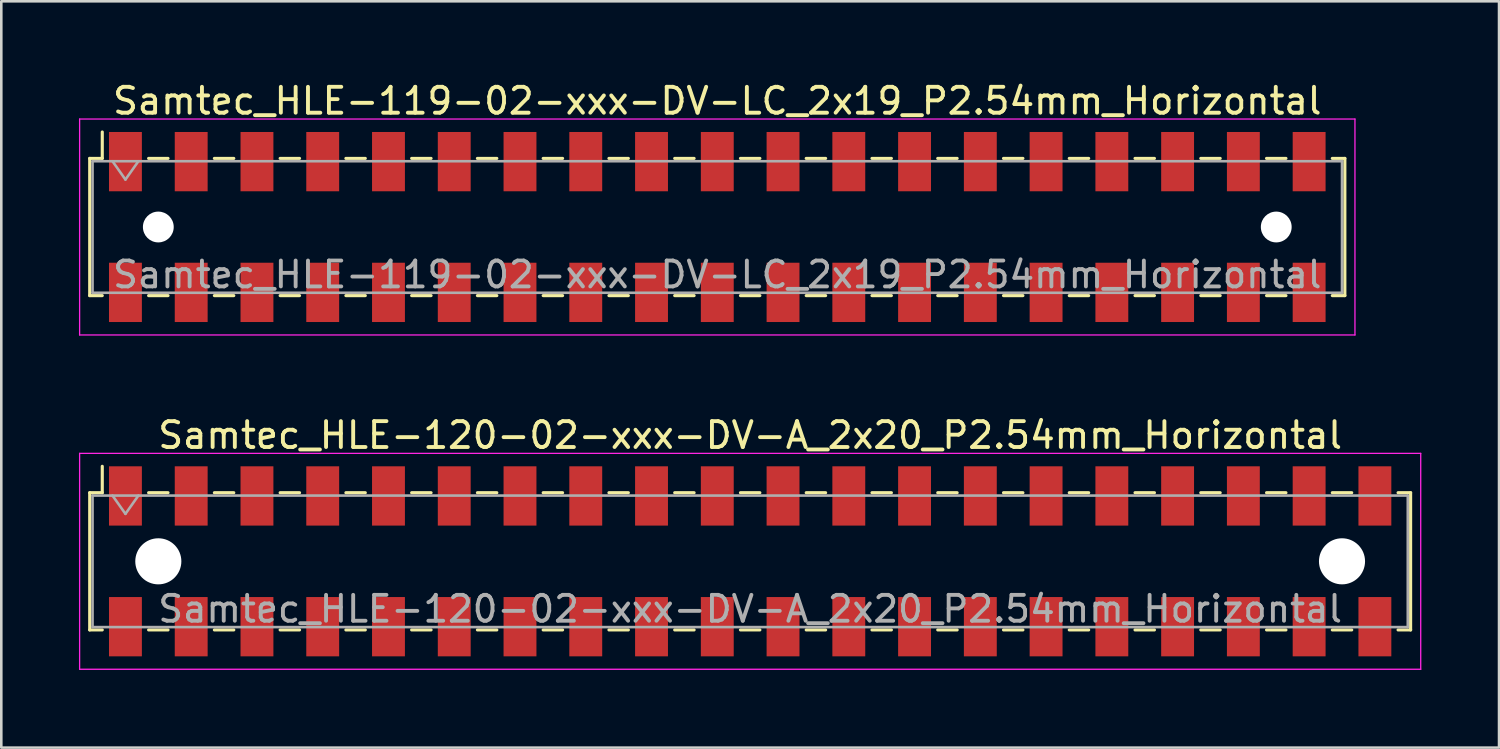
<source format=kicad_pcb>
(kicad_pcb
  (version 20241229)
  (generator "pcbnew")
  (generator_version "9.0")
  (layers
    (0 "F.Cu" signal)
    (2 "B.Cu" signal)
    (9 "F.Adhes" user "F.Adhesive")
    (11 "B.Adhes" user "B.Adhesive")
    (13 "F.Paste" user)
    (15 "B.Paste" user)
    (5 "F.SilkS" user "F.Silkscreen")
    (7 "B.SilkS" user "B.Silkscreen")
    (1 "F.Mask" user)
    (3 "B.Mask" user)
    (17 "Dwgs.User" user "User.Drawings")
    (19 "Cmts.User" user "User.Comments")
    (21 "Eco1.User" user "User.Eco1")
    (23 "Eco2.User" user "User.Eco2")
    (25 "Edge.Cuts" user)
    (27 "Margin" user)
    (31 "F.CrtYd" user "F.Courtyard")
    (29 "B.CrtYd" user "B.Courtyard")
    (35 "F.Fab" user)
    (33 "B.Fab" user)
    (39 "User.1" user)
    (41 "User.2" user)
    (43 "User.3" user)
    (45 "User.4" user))
  (footprint "Samtec_HLE-120-02-xxx-DV-A_2x20_P2.54mm_Horizontal"
    (layer "F.Cu")
    (at 25.925 18.631)
    (property "Reference" "Samtec_HLE-120-02-xxx-DV-A_2x20_P2.54mm_Horizontal" (at 0 -4.87 0) (layer "F.SilkS") (effects (font (size 1 1) (thickness 0.15))))
    (attr smd)
    (fp_line (start -25.51 -2.65) (end -25.51 2.65) (stroke (width 0.12) (type solid)) (layer "F.SilkS"))
    (fp_line (start -25.51 2.65) (end -25.025 2.65) (stroke (width 0.12) (type solid)) (layer "F.SilkS"))
    (fp_line (start -25.025 -3.67) (end -25.025 -2.65) (stroke (width 0.12) (type solid)) (layer "F.SilkS"))
    (fp_line (start -25.025 -2.65) (end -25.51 -2.65) (stroke (width 0.12) (type solid)) (layer "F.SilkS"))
    (fp_line (start -23.235 -2.65) (end -22.485 -2.65) (stroke (width 0.12) (type solid)) (layer "F.SilkS"))
    (fp_line (start -23.235 2.65) (end -22.485 2.65) (stroke (width 0.12) (type solid)) (layer "F.SilkS"))
    (fp_line (start -20.695 -2.65) (end -19.945 -2.65) (stroke (width 0.12) (type solid)) (layer "F.SilkS"))
    (fp_line (start -20.695 2.65) (end -19.945 2.65) (stroke (width 0.12) (type solid)) (layer "F.SilkS"))
    (fp_line (start -18.155 -2.65) (end -17.405 -2.65) (stroke (width 0.12) (type solid)) (layer "F.SilkS"))
    (fp_line (start -18.155 2.65) (end -17.405 2.65) (stroke (width 0.12) (type solid)) (layer "F.SilkS"))
    (fp_line (start -15.615 -2.65) (end -14.865 -2.65) (stroke (width 0.12) (type solid)) (layer "F.SilkS"))
    (fp_line (start -15.615 2.65) (end -14.865 2.65) (stroke (width 0.12) (type solid)) (layer "F.SilkS"))
    (fp_line (start -13.075 -2.65) (end -12.325 -2.65) (stroke (width 0.12) (type solid)) (layer "F.SilkS"))
    (fp_line (start -13.075 2.65) (end -12.325 2.65) (stroke (width 0.12) (type solid)) (layer "F.SilkS"))
    (fp_line (start -10.535 -2.65) (end -9.785 -2.65) (stroke (width 0.12) (type solid)) (layer "F.SilkS"))
    (fp_line (start -10.535 2.65) (end -9.785 2.65) (stroke (width 0.12) (type solid)) (layer "F.SilkS"))
    (fp_line (start -7.995 -2.65) (end -7.245 -2.65) (stroke (width 0.12) (type solid)) (layer "F.SilkS"))
    (fp_line (start -7.995 2.65) (end -7.245 2.65) (stroke (width 0.12) (type solid)) (layer "F.SilkS"))
    (fp_line (start -5.455 -2.65) (end -4.705 -2.65) (stroke (width 0.12) (type solid)) (layer "F.SilkS"))
    (fp_line (start -5.455 2.65) (end -4.705 2.65) (stroke (width 0.12) (type solid)) (layer "F.SilkS"))
    (fp_line (start -2.915 -2.65) (end -2.165 -2.65) (stroke (width 0.12) (type solid)) (layer "F.SilkS"))
    (fp_line (start -2.915 2.65) (end -2.165 2.65) (stroke (width 0.12) (type solid)) (layer "F.SilkS"))
    (fp_line (start -0.375 -2.65) (end 0.375 -2.65) (stroke (width 0.12) (type solid)) (layer "F.SilkS"))
    (fp_line (start -0.375 2.65) (end 0.375 2.65) (stroke (width 0.12) (type solid)) (layer "F.SilkS"))
    (fp_line (start 2.165 -2.65) (end 2.915 -2.65) (stroke (width 0.12) (type solid)) (layer "F.SilkS"))
    (fp_line (start 2.165 2.65) (end 2.915 2.65) (stroke (width 0.12) (type solid)) (layer "F.SilkS"))
    (fp_line (start 4.705 -2.65) (end 5.455 -2.65) (stroke (width 0.12) (type solid)) (layer "F.SilkS"))
    (fp_line (start 4.705 2.65) (end 5.455 2.65) (stroke (width 0.12) (type solid)) (layer "F.SilkS"))
    (fp_line (start 7.245 -2.65) (end 7.995 -2.65) (stroke (width 0.12) (type solid)) (layer "F.SilkS"))
    (fp_line (start 7.245 2.65) (end 7.995 2.65) (stroke (width 0.12) (type solid)) (layer "F.SilkS"))
    (fp_line (start 9.785 -2.65) (end 10.535 -2.65) (stroke (width 0.12) (type solid)) (layer "F.SilkS"))
    (fp_line (start 9.785 2.65) (end 10.535 2.65) (stroke (width 0.12) (type solid)) (layer "F.SilkS"))
    (fp_line (start 12.325 -2.65) (end 13.075 -2.65) (stroke (width 0.12) (type solid)) (layer "F.SilkS"))
    (fp_line (start 12.325 2.65) (end 13.075 2.65) (stroke (width 0.12) (type solid)) (layer "F.SilkS"))
    (fp_line (start 14.865 -2.65) (end 15.615 -2.65) (stroke (width 0.12) (type solid)) (layer "F.SilkS"))
    (fp_line (start 14.865 2.65) (end 15.615 2.65) (stroke (width 0.12) (type solid)) (layer "F.SilkS"))
    (fp_line (start 17.405 -2.65) (end 18.155 -2.65) (stroke (width 0.12) (type solid)) (layer "F.SilkS"))
    (fp_line (start 17.405 2.65) (end 18.155 2.65) (stroke (width 0.12) (type solid)) (layer "F.SilkS"))
    (fp_line (start 19.945 -2.65) (end 20.695 -2.65) (stroke (width 0.12) (type solid)) (layer "F.SilkS"))
    (fp_line (start 19.945 2.65) (end 20.695 2.65) (stroke (width 0.12) (type solid)) (layer "F.SilkS"))
    (fp_line (start 22.485 -2.65) (end 23.235 -2.65) (stroke (width 0.12) (type solid)) (layer "F.SilkS"))
    (fp_line (start 22.485 2.65) (end 23.235 2.65) (stroke (width 0.12) (type solid)) (layer "F.SilkS"))
    (fp_line (start 25.025 -2.65) (end 25.51 -2.65) (stroke (width 0.12) (type solid)) (layer "F.SilkS"))
    (fp_line (start 25.51 -2.65) (end 25.51 2.65) (stroke (width 0.12) (type solid)) (layer "F.SilkS"))
    (fp_line (start 25.51 2.65) (end 25.025 2.65) (stroke (width 0.12) (type solid)) (layer "F.SilkS"))
    (fp_line (start -25.9 -4.17) (end 25.9 -4.17) (stroke (width 0.05) (type solid)) (layer "F.CrtYd"))
    (fp_line (start -25.9 4.17) (end -25.9 -4.17) (stroke (width 0.05) (type solid)) (layer "F.CrtYd"))
    (fp_line (start 25.9 -4.17) (end 25.9 4.17) (stroke (width 0.05) (type solid)) (layer "F.CrtYd"))
    (fp_line (start 25.9 4.17) (end -25.9 4.17) (stroke (width 0.05) (type solid)) (layer "F.CrtYd"))
    (fp_line (start -25.4 -2.54) (end 25.4 -2.54) (stroke (width 0.1) (type solid)) (layer "F.Fab"))
    (fp_line (start -25.4 2.54) (end -25.4 -2.54) (stroke (width 0.1) (type solid)) (layer "F.Fab"))
    (fp_line (start -24.63 -2.54) (end -24.13 -1.833) (stroke (width 0.1) (type solid)) (layer "F.Fab"))
    (fp_line (start -24.13 -1.833) (end -23.63 -2.54) (stroke (width 0.1) (type solid)) (layer "F.Fab"))
    (fp_line (start 25.4 -2.54) (end 25.4 2.54) (stroke (width 0.1) (type solid)) (layer "F.Fab"))
    (fp_line (start 25.4 2.54) (end -25.4 2.54) (stroke (width 0.1) (type solid)) (layer "F.Fab"))
    (fp_text user "${REFERENCE}" (at 0 1.84 0) (layer "F.Fab") (effects (font (size 1 1) (thickness 0.15))))
    (pad "" np_thru_hole circle (at -22.86 0) (size 1.78 1.78) (drill 1.78) (layers "*.Cu" "*.Mask"))
    (pad "" np_thru_hole circle (at 22.86 0) (size 1.78 1.78) (drill 1.78) (layers "*.Cu" "*.Mask"))
    (pad "1" smd rect (at -24.13 -2.525) (size 1.27 2.29) (layers "F.Cu" "F.Mask" "F.Paste"))
    (pad "2" smd rect (at -24.13 2.525) (size 1.27 2.29) (layers "F.Cu" "F.Mask" "F.Paste"))
    (pad "3" smd rect (at -21.59 -2.525) (size 1.27 2.29) (layers "F.Cu" "F.Mask" "F.Paste"))
    (pad "4" smd rect (at -21.59 2.525) (size 1.27 2.29) (layers "F.Cu" "F.Mask" "F.Paste"))
    (pad "5" smd rect (at -19.05 -2.525) (size 1.27 2.29) (layers "F.Cu" "F.Mask" "F.Paste"))
    (pad "6" smd rect (at -19.05 2.525) (size 1.27 2.29) (layers "F.Cu" "F.Mask" "F.Paste"))
    (pad "7" smd rect (at -16.51 -2.525) (size 1.27 2.29) (layers "F.Cu" "F.Mask" "F.Paste"))
    (pad "8" smd rect (at -16.51 2.525) (size 1.27 2.29) (layers "F.Cu" "F.Mask" "F.Paste"))
    (pad "9" smd rect (at -13.97 -2.525) (size 1.27 2.29) (layers "F.Cu" "F.Mask" "F.Paste"))
    (pad "10" smd rect (at -13.97 2.525) (size 1.27 2.29) (layers "F.Cu" "F.Mask" "F.Paste"))
    (pad "11" smd rect (at -11.43 -2.525) (size 1.27 2.29) (layers "F.Cu" "F.Mask" "F.Paste"))
    (pad "12" smd rect (at -11.43 2.525) (size 1.27 2.29) (layers "F.Cu" "F.Mask" "F.Paste"))
    (pad "13" smd rect (at -8.89 -2.525) (size 1.27 2.29) (layers "F.Cu" "F.Mask" "F.Paste"))
    (pad "14" smd rect (at -8.89 2.525) (size 1.27 2.29) (layers "F.Cu" "F.Mask" "F.Paste"))
    (pad "15" smd rect (at -6.35 -2.525) (size 1.27 2.29) (layers "F.Cu" "F.Mask" "F.Paste"))
    (pad "16" smd rect (at -6.35 2.525) (size 1.27 2.29) (layers "F.Cu" "F.Mask" "F.Paste"))
    (pad "17" smd rect (at -3.81 -2.525) (size 1.27 2.29) (layers "F.Cu" "F.Mask" "F.Paste"))
    (pad "18" smd rect (at -3.81 2.525) (size 1.27 2.29) (layers "F.Cu" "F.Mask" "F.Paste"))
    (pad "19" smd rect (at -1.27 -2.525) (size 1.27 2.29) (layers "F.Cu" "F.Mask" "F.Paste"))
    (pad "20" smd rect (at -1.27 2.525) (size 1.27 2.29) (layers "F.Cu" "F.Mask" "F.Paste"))
    (pad "21" smd rect (at 1.27 -2.525) (size 1.27 2.29) (layers "F.Cu" "F.Mask" "F.Paste"))
    (pad "22" smd rect (at 1.27 2.525) (size 1.27 2.29) (layers "F.Cu" "F.Mask" "F.Paste"))
    (pad "23" smd rect (at 3.81 -2.525) (size 1.27 2.29) (layers "F.Cu" "F.Mask" "F.Paste"))
    (pad "24" smd rect (at 3.81 2.525) (size 1.27 2.29) (layers "F.Cu" "F.Mask" "F.Paste"))
    (pad "25" smd rect (at 6.35 -2.525) (size 1.27 2.29) (layers "F.Cu" "F.Mask" "F.Paste"))
    (pad "26" smd rect (at 6.35 2.525) (size 1.27 2.29) (layers "F.Cu" "F.Mask" "F.Paste"))
    (pad "27" smd rect (at 8.89 -2.525) (size 1.27 2.29) (layers "F.Cu" "F.Mask" "F.Paste"))
    (pad "28" smd rect (at 8.89 2.525) (size 1.27 2.29) (layers "F.Cu" "F.Mask" "F.Paste"))
    (pad "29" smd rect (at 11.43 -2.525) (size 1.27 2.29) (layers "F.Cu" "F.Mask" "F.Paste"))
    (pad "30" smd rect (at 11.43 2.525) (size 1.27 2.29) (layers "F.Cu" "F.Mask" "F.Paste"))
    (pad "31" smd rect (at 13.97 -2.525) (size 1.27 2.29) (layers "F.Cu" "F.Mask" "F.Paste"))
    (pad "32" smd rect (at 13.97 2.525) (size 1.27 2.29) (layers "F.Cu" "F.Mask" "F.Paste"))
    (pad "33" smd rect (at 16.51 -2.525) (size 1.27 2.29) (layers "F.Cu" "F.Mask" "F.Paste"))
    (pad "34" smd rect (at 16.51 2.525) (size 1.27 2.29) (layers "F.Cu" "F.Mask" "F.Paste"))
    (pad "35" smd rect (at 19.05 -2.525) (size 1.27 2.29) (layers "F.Cu" "F.Mask" "F.Paste"))
    (pad "36" smd rect (at 19.05 2.525) (size 1.27 2.29) (layers "F.Cu" "F.Mask" "F.Paste"))
    (pad "37" smd rect (at 21.59 -2.525) (size 1.27 2.29) (layers "F.Cu" "F.Mask" "F.Paste"))
    (pad "38" smd rect (at 21.59 2.525) (size 1.27 2.29) (layers "F.Cu" "F.Mask" "F.Paste"))
    (pad "39" smd rect (at 24.13 -2.525) (size 1.27 2.29) (layers "F.Cu" "F.Mask" "F.Paste"))
    (pad "40" smd rect (at 24.13 2.525) (size 1.27 2.29) (layers "F.Cu" "F.Mask" "F.Paste")))
  (footprint "Samtec_HLE-119-02-xxx-DV-LC_2x19_P2.54mm_Horizontal"
    (layer "F.Cu")
    (at 24.655 5.718)
    (property "Reference" "Samtec_HLE-119-02-xxx-DV-LC_2x19_P2.54mm_Horizontal" (at 0 -4.87 0) (layer "F.SilkS") (effects (font (size 1 1) (thickness 0.15))))
    (attr smd)
    (fp_line (start -24.24 -2.65) (end -24.24 2.65) (stroke (width 0.12) (type solid)) (layer "F.SilkS"))
    (fp_line (start -24.24 2.65) (end -23.755 2.65) (stroke (width 0.12) (type solid)) (layer "F.SilkS"))
    (fp_line (start -23.755 -3.67) (end -23.755 -2.65) (stroke (width 0.12) (type solid)) (layer "F.SilkS"))
    (fp_line (start -23.755 -2.65) (end -24.24 -2.65) (stroke (width 0.12) (type solid)) (layer "F.SilkS"))
    (fp_line (start -21.965 -2.65) (end -21.215 -2.65) (stroke (width 0.12) (type solid)) (layer "F.SilkS"))
    (fp_line (start -21.965 2.65) (end -21.215 2.65) (stroke (width 0.12) (type solid)) (layer "F.SilkS"))
    (fp_line (start -19.425 -2.65) (end -18.675 -2.65) (stroke (width 0.12) (type solid)) (layer "F.SilkS"))
    (fp_line (start -19.425 2.65) (end -18.675 2.65) (stroke (width 0.12) (type solid)) (layer "F.SilkS"))
    (fp_line (start -16.885 -2.65) (end -16.135 -2.65) (stroke (width 0.12) (type solid)) (layer "F.SilkS"))
    (fp_line (start -16.885 2.65) (end -16.135 2.65) (stroke (width 0.12) (type solid)) (layer "F.SilkS"))
    (fp_line (start -14.345 -2.65) (end -13.595 -2.65) (stroke (width 0.12) (type solid)) (layer "F.SilkS"))
    (fp_line (start -14.345 2.65) (end -13.595 2.65) (stroke (width 0.12) (type solid)) (layer "F.SilkS"))
    (fp_line (start -11.805 -2.65) (end -11.055 -2.65) (stroke (width 0.12) (type solid)) (layer "F.SilkS"))
    (fp_line (start -11.805 2.65) (end -11.055 2.65) (stroke (width 0.12) (type solid)) (layer "F.SilkS"))
    (fp_line (start -9.265 -2.65) (end -8.515 -2.65) (stroke (width 0.12) (type solid)) (layer "F.SilkS"))
    (fp_line (start -9.265 2.65) (end -8.515 2.65) (stroke (width 0.12) (type solid)) (layer "F.SilkS"))
    (fp_line (start -6.725 -2.65) (end -5.975 -2.65) (stroke (width 0.12) (type solid)) (layer "F.SilkS"))
    (fp_line (start -6.725 2.65) (end -5.975 2.65) (stroke (width 0.12) (type solid)) (layer "F.SilkS"))
    (fp_line (start -4.185 -2.65) (end -3.435 -2.65) (stroke (width 0.12) (type solid)) (layer "F.SilkS"))
    (fp_line (start -4.185 2.65) (end -3.435 2.65) (stroke (width 0.12) (type solid)) (layer "F.SilkS"))
    (fp_line (start -1.645 -2.65) (end -0.895 -2.65) (stroke (width 0.12) (type solid)) (layer "F.SilkS"))
    (fp_line (start -1.645 2.65) (end -0.895 2.65) (stroke (width 0.12) (type solid)) (layer "F.SilkS"))
    (fp_line (start 0.895 -2.65) (end 1.645 -2.65) (stroke (width 0.12) (type solid)) (layer "F.SilkS"))
    (fp_line (start 0.895 2.65) (end 1.645 2.65) (stroke (width 0.12) (type solid)) (layer "F.SilkS"))
    (fp_line (start 3.435 -2.65) (end 4.185 -2.65) (stroke (width 0.12) (type solid)) (layer "F.SilkS"))
    (fp_line (start 3.435 2.65) (end 4.185 2.65) (stroke (width 0.12) (type solid)) (layer "F.SilkS"))
    (fp_line (start 5.975 -2.65) (end 6.725 -2.65) (stroke (width 0.12) (type solid)) (layer "F.SilkS"))
    (fp_line (start 5.975 2.65) (end 6.725 2.65) (stroke (width 0.12) (type solid)) (layer "F.SilkS"))
    (fp_line (start 8.515 -2.65) (end 9.265 -2.65) (stroke (width 0.12) (type solid)) (layer "F.SilkS"))
    (fp_line (start 8.515 2.65) (end 9.265 2.65) (stroke (width 0.12) (type solid)) (layer "F.SilkS"))
    (fp_line (start 11.055 -2.65) (end 11.805 -2.65) (stroke (width 0.12) (type solid)) (layer "F.SilkS"))
    (fp_line (start 11.055 2.65) (end 11.805 2.65) (stroke (width 0.12) (type solid)) (layer "F.SilkS"))
    (fp_line (start 13.595 -2.65) (end 14.345 -2.65) (stroke (width 0.12) (type solid)) (layer "F.SilkS"))
    (fp_line (start 13.595 2.65) (end 14.345 2.65) (stroke (width 0.12) (type solid)) (layer "F.SilkS"))
    (fp_line (start 16.135 -2.65) (end 16.885 -2.65) (stroke (width 0.12) (type solid)) (layer "F.SilkS"))
    (fp_line (start 16.135 2.65) (end 16.885 2.65) (stroke (width 0.12) (type solid)) (layer "F.SilkS"))
    (fp_line (start 18.675 -2.65) (end 19.425 -2.65) (stroke (width 0.12) (type solid)) (layer "F.SilkS"))
    (fp_line (start 18.675 2.65) (end 19.425 2.65) (stroke (width 0.12) (type solid)) (layer "F.SilkS"))
    (fp_line (start 21.215 -2.65) (end 21.965 -2.65) (stroke (width 0.12) (type solid)) (layer "F.SilkS"))
    (fp_line (start 21.215 2.65) (end 21.965 2.65) (stroke (width 0.12) (type solid)) (layer "F.SilkS"))
    (fp_line (start 23.755 -2.65) (end 24.24 -2.65) (stroke (width 0.12) (type solid)) (layer "F.SilkS"))
    (fp_line (start 24.24 -2.65) (end 24.24 2.65) (stroke (width 0.12) (type solid)) (layer "F.SilkS"))
    (fp_line (start 24.24 2.65) (end 23.755 2.65) (stroke (width 0.12) (type solid)) (layer "F.SilkS"))
    (fp_line (start -24.63 -4.17) (end 24.63 -4.17) (stroke (width 0.05) (type solid)) (layer "F.CrtYd"))
    (fp_line (start -24.63 4.17) (end -24.63 -4.17) (stroke (width 0.05) (type solid)) (layer "F.CrtYd"))
    (fp_line (start 24.63 -4.17) (end 24.63 4.17) (stroke (width 0.05) (type solid)) (layer "F.CrtYd"))
    (fp_line (start 24.63 4.17) (end -24.63 4.17) (stroke (width 0.05) (type solid)) (layer "F.CrtYd"))
    (fp_line (start -24.13 -2.54) (end 24.13 -2.54) (stroke (width 0.1) (type solid)) (layer "F.Fab"))
    (fp_line (start -24.13 2.54) (end -24.13 -2.54) (stroke (width 0.1) (type solid)) (layer "F.Fab"))
    (fp_line (start -23.36 -2.54) (end -22.86 -1.833) (stroke (width 0.1) (type solid)) (layer "F.Fab"))
    (fp_line (start -22.86 -1.833) (end -22.36 -2.54) (stroke (width 0.1) (type solid)) (layer "F.Fab"))
    (fp_line (start 24.13 -2.54) (end 24.13 2.54) (stroke (width 0.1) (type solid)) (layer "F.Fab"))
    (fp_line (start 24.13 2.54) (end -24.13 2.54) (stroke (width 0.1) (type solid)) (layer "F.Fab"))
    (fp_text user "${REFERENCE}" (at 0 1.84 0) (layer "F.Fab") (effects (font (size 1 1) (thickness 0.15))))
    (pad "" np_thru_hole circle (at -21.59 0) (size 1.19 1.19) (drill 1.19) (layers "*.Cu" "*.Mask"))
    (pad "" np_thru_hole circle (at 21.59 0) (size 1.19 1.19) (drill 1.19) (layers "*.Cu" "*.Mask"))
    (pad "1" smd rect (at -22.86 -2.525) (size 1.27 2.29) (layers "F.Cu" "F.Mask" "F.Paste"))
    (pad "2" smd rect (at -22.86 2.525) (size 1.27 2.29) (layers "F.Cu" "F.Mask" "F.Paste"))
    (pad "3" smd rect (at -20.32 -2.525) (size 1.27 2.29) (layers "F.Cu" "F.Mask" "F.Paste"))
    (pad "4" smd rect (at -20.32 2.525) (size 1.27 2.29) (layers "F.Cu" "F.Mask" "F.Paste"))
    (pad "5" smd rect (at -17.78 -2.525) (size 1.27 2.29) (layers "F.Cu" "F.Mask" "F.Paste"))
    (pad "6" smd rect (at -17.78 2.525) (size 1.27 2.29) (layers "F.Cu" "F.Mask" "F.Paste"))
    (pad "7" smd rect (at -15.24 -2.525) (size 1.27 2.29) (layers "F.Cu" "F.Mask" "F.Paste"))
    (pad "8" smd rect (at -15.24 2.525) (size 1.27 2.29) (layers "F.Cu" "F.Mask" "F.Paste"))
    (pad "9" smd rect (at -12.7 -2.525) (size 1.27 2.29) (layers "F.Cu" "F.Mask" "F.Paste"))
    (pad "10" smd rect (at -12.7 2.525) (size 1.27 2.29) (layers "F.Cu" "F.Mask" "F.Paste"))
    (pad "11" smd rect (at -10.16 -2.525) (size 1.27 2.29) (layers "F.Cu" "F.Mask" "F.Paste"))
    (pad "12" smd rect (at -10.16 2.525) (size 1.27 2.29) (layers "F.Cu" "F.Mask" "F.Paste"))
    (pad "13" smd rect (at -7.62 -2.525) (size 1.27 2.29) (layers "F.Cu" "F.Mask" "F.Paste"))
    (pad "14" smd rect (at -7.62 2.525) (size 1.27 2.29) (layers "F.Cu" "F.Mask" "F.Paste"))
    (pad "15" smd rect (at -5.08 -2.525) (size 1.27 2.29) (layers "F.Cu" "F.Mask" "F.Paste"))
    (pad "16" smd rect (at -5.08 2.525) (size 1.27 2.29) (layers "F.Cu" "F.Mask" "F.Paste"))
    (pad "17" smd rect (at -2.54 -2.525) (size 1.27 2.29) (layers "F.Cu" "F.Mask" "F.Paste"))
    (pad "18" smd rect (at -2.54 2.525) (size 1.27 2.29) (layers "F.Cu" "F.Mask" "F.Paste"))
    (pad "19" smd rect (at 0 -2.525) (size 1.27 2.29) (layers "F.Cu" "F.Mask" "F.Paste"))
    (pad "20" smd rect (at 0 2.525) (size 1.27 2.29) (layers "F.Cu" "F.Mask" "F.Paste"))
    (pad "21" smd rect (at 2.54 -2.525) (size 1.27 2.29) (layers "F.Cu" "F.Mask" "F.Paste"))
    (pad "22" smd rect (at 2.54 2.525) (size 1.27 2.29) (layers "F.Cu" "F.Mask" "F.Paste"))
    (pad "23" smd rect (at 5.08 -2.525) (size 1.27 2.29) (layers "F.Cu" "F.Mask" "F.Paste"))
    (pad "24" smd rect (at 5.08 2.525) (size 1.27 2.29) (layers "F.Cu" "F.Mask" "F.Paste"))
    (pad "25" smd rect (at 7.62 -2.525) (size 1.27 2.29) (layers "F.Cu" "F.Mask" "F.Paste"))
    (pad "26" smd rect (at 7.62 2.525) (size 1.27 2.29) (layers "F.Cu" "F.Mask" "F.Paste"))
    (pad "27" smd rect (at 10.16 -2.525) (size 1.27 2.29) (layers "F.Cu" "F.Mask" "F.Paste"))
    (pad "28" smd rect (at 10.16 2.525) (size 1.27 2.29) (layers "F.Cu" "F.Mask" "F.Paste"))
    (pad "29" smd rect (at 12.7 -2.525) (size 1.27 2.29) (layers "F.Cu" "F.Mask" "F.Paste"))
    (pad "30" smd rect (at 12.7 2.525) (size 1.27 2.29) (layers "F.Cu" "F.Mask" "F.Paste"))
    (pad "31" smd rect (at 15.24 -2.525) (size 1.27 2.29) (layers "F.Cu" "F.Mask" "F.Paste"))
    (pad "32" smd rect (at 15.24 2.525) (size 1.27 2.29) (layers "F.Cu" "F.Mask" "F.Paste"))
    (pad "33" smd rect (at 17.78 -2.525) (size 1.27 2.29) (layers "F.Cu" "F.Mask" "F.Paste"))
    (pad "34" smd rect (at 17.78 2.525) (size 1.27 2.29) (layers "F.Cu" "F.Mask" "F.Paste"))
    (pad "35" smd rect (at 20.32 -2.525) (size 1.27 2.29) (layers "F.Cu" "F.Mask" "F.Paste"))
    (pad "36" smd rect (at 20.32 2.525) (size 1.27 2.29) (layers "F.Cu" "F.Mask" "F.Paste"))
    (pad "37" smd rect (at 22.86 -2.525) (size 1.27 2.29) (layers "F.Cu" "F.Mask" "F.Paste"))
    (pad "38" smd rect (at 22.86 2.525) (size 1.27 2.29) (layers "F.Cu" "F.Mask" "F.Paste")))
  (gr_rect
    (start -3 -3)
    (end 54.85 25.826)
    (stroke (width 0.1) (type default))
    (fill no)
    (layer "Edge.Cuts")))
</source>
